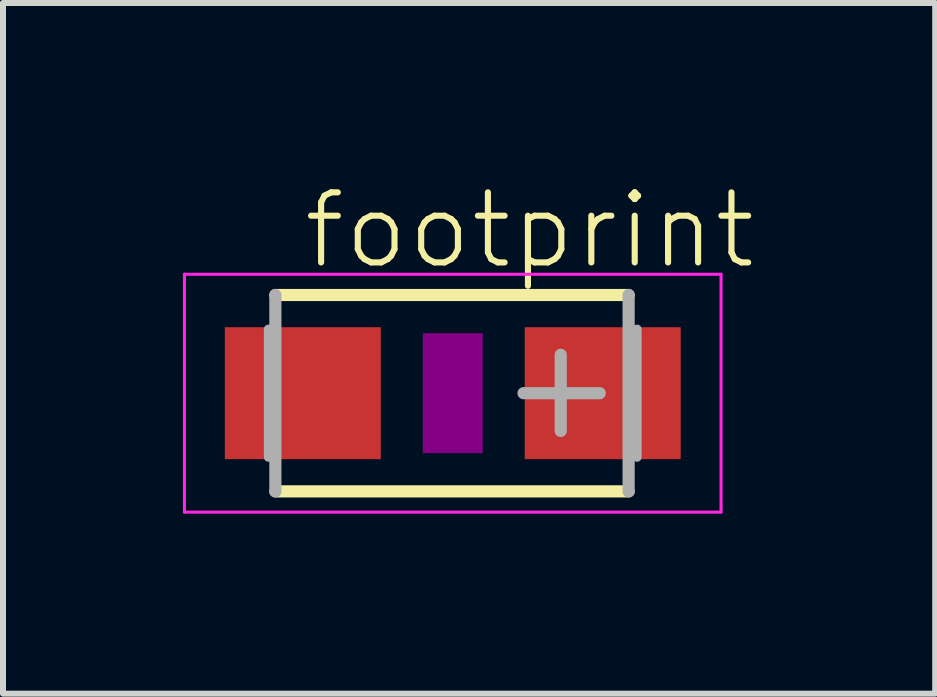
<source format=kicad_pcb>
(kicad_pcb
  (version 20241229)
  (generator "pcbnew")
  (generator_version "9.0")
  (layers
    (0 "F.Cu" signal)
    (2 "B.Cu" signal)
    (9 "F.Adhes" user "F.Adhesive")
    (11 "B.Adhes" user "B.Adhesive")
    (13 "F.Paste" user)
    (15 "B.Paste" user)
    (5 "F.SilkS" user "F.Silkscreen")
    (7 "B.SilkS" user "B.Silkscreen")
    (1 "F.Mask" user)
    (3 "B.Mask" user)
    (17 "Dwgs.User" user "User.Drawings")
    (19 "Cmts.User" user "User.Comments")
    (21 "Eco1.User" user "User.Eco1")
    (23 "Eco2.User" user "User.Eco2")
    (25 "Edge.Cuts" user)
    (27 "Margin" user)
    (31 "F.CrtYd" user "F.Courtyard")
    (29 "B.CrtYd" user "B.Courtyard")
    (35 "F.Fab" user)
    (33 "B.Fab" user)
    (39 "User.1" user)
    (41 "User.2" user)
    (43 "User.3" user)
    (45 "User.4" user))
  (footprint "footprint"
    (layer "F.Cu")
    (at 4.498 3.505)
    (property "Reference" "footprint" (at -2.54 -2.032 0) (layer "F.SilkS") (effects (font (size 1.168 1.168) (thickness 0.102)) (justify left bottom)))
    (fp_line (start -2.957 -1.637) (end 2.932 -1.637) (stroke (width 0.203) (type solid)) (layer "F.SilkS"))
    (fp_line (start -2.957 1.637) (end 2.932 1.637) (stroke (width 0.203) (type solid)) (layer "F.SilkS"))
    (fp_poly (pts (xy -0.5 1) (xy 0.5 1) (xy 0.5 -1) (xy -0.5 -1)) (stroke (width 0) (type solid)) (fill yes) (layer "F.Adhes"))
    (fp_line (start -4.473 -1.983) (end 4.473 -1.983) (stroke (width 0.051) (type solid)) (layer "F.CrtYd"))
    (fp_line (start -4.473 1.983) (end -4.473 -1.983) (stroke (width 0.051) (type solid)) (layer "F.CrtYd"))
    (fp_line (start 4.473 -1.983) (end 4.473 1.983) (stroke (width 0.051) (type solid)) (layer "F.CrtYd"))
    (fp_line (start 4.473 1.983) (end -4.473 1.983) (stroke (width 0.051) (type solid)) (layer "F.CrtYd"))
    (fp_line (start -3.073 1.067) (end -3.073 -1.067) (stroke (width 0.152) (type solid)) (layer "F.Fab"))
    (fp_line (start -2.957 -1.637) (end -2.957 1.637) (stroke (width 0.203) (type solid)) (layer "F.Fab"))
    (fp_line (start 1.18 0) (end 2.45 0) (stroke (width 0.203) (type solid)) (layer "F.Fab"))
    (fp_line (start 1.8 0.63) (end 1.8 -0.64) (stroke (width 0.203) (type solid)) (layer "F.Fab"))
    (fp_line (start 2.932 -1.637) (end 2.932 1.637) (stroke (width 0.203) (type solid)) (layer "F.Fab"))
    (fp_line (start 3.073 1.067) (end 3.073 -1.067) (stroke (width 0.152) (type solid)) (layer "F.Fab"))
    (pad "+" smd rect (at 2.5 0) (size 2.6 2.2) (layers "F.Cu" "F.Mask" "F.Paste"))
    (pad "-" smd rect (at -2.5 0) (size 2.6 2.2) (layers "F.Cu" "F.Mask" "F.Paste")))
  (gr_rect
    (start -3 -3)
    (end 12.541 8.514)
    (stroke (width 0.1) (type default))
    (fill no)
    (layer "Edge.Cuts")))
</source>
